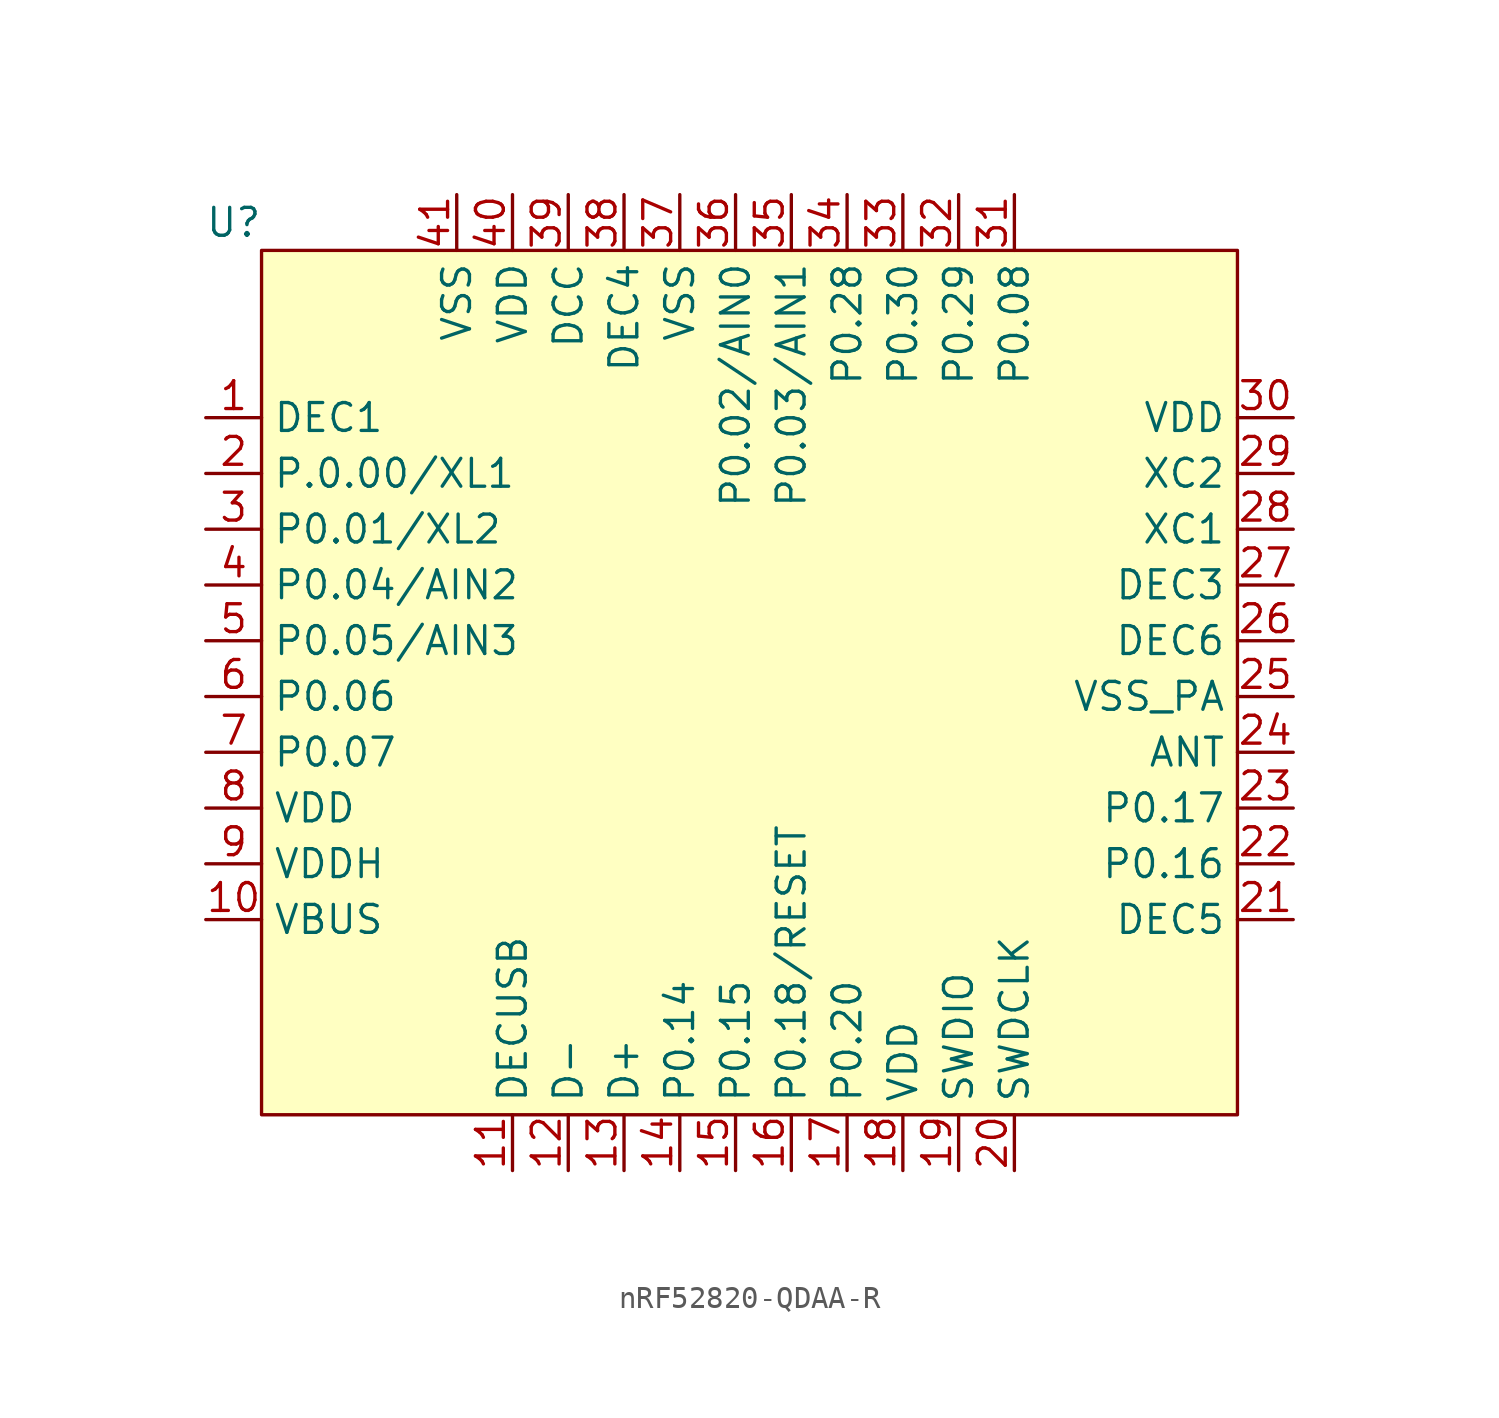
<source format=kicad_sym>
(kicad_symbol_lib
  (version 20241209)
  (generator "kicad_symbol_editor")
  (generator_version "9.0")
  (symbol "nRF52820-QDAA-R"
    (property "Reference" "U"
      (at -1.27 1.27 0)
      (effects (font (size 1.27 1.27))))
    (property "Value" ""
      (at 0 0 0)
      (effects (font (size 1.27 1.27))))
    (symbol "nRF52820-QDAA-R_1_1"
      (rectangle (start 0 0) (end 44.45 -39.37) (stroke (width 0) (type default)) (fill (type background)))
      (pin passive line (at -2.54 -7.62 0) (length 2.54) (name "DEC1" (effects (font (size 1.27 1.27)))) (number "1" (effects (font (size 1.27 1.27)))))
      (pin passive line (at -2.54 -10.16 0) (length 2.54) (name "P.0.00/XL1" (effects (font (size 1.27 1.27)))) (number "2" (effects (font (size 1.27 1.27)))))
      (pin passive line (at -2.54 -12.7 0) (length 2.54) (name "P0.01/XL2" (effects (font (size 1.27 1.27)))) (number "3" (effects (font (size 1.27 1.27)))))
      (pin passive line (at -2.54 -15.24 0) (length 2.54) (name "P0.04/AIN2" (effects (font (size 1.27 1.27)))) (number "4" (effects (font (size 1.27 1.27)))))
      (pin passive line (at -2.54 -17.78 0) (length 2.54) (name "P0.05/AIN3" (effects (font (size 1.27 1.27)))) (number "5" (effects (font (size 1.27 1.27)))))
      (pin passive line (at -2.54 -20.32 0) (length 2.54) (name "P0.06" (effects (font (size 1.27 1.27)))) (number "6" (effects (font (size 1.27 1.27)))))
      (pin passive line (at -2.54 -22.86 0) (length 2.54) (name "P0.07" (effects (font (size 1.27 1.27)))) (number "7" (effects (font (size 1.27 1.27)))))
      (pin passive line (at -2.54 -25.4 0) (length 2.54) (name "VDD" (effects (font (size 1.27 1.27)))) (number "8" (effects (font (size 1.27 1.27)))))
      (pin passive line (at -2.54 -27.94 0) (length 2.54) (name "VDDH" (effects (font (size 1.27 1.27)))) (number "9" (effects (font (size 1.27 1.27)))))
      (pin passive line (at -2.54 -30.48 0) (length 2.54) (name "VBUS" (effects (font (size 1.27 1.27)))) (number "10" (effects (font (size 1.27 1.27)))))
      (pin passive line (at 8.89 2.54 270) (length 2.54) (name "VSS" (effects (font (size 1.27 1.27)))) (number "41" (effects (font (size 1.27 1.27)))))
      (pin passive line (at 11.43 2.54 270) (length 2.54) (name "VDD" (effects (font (size 1.27 1.27)))) (number "40" (effects (font (size 1.27 1.27)))))
      (pin passive line (at 11.43 -41.91 90) (length 2.54) (name "DECUSB" (effects (font (size 1.27 1.27)))) (number "11" (effects (font (size 1.27 1.27)))))
      (pin passive line (at 13.97 2.54 270) (length 2.54) (name "DCC" (effects (font (size 1.27 1.27)))) (number "39" (effects (font (size 1.27 1.27)))))
      (pin passive line (at 13.97 -41.91 90) (length 2.54) (name "D-" (effects (font (size 1.27 1.27)))) (number "12" (effects (font (size 1.27 1.27)))))
      (pin passive line (at 16.51 2.54 270) (length 2.54) (name "DEC4" (effects (font (size 1.27 1.27)))) (number "38" (effects (font (size 1.27 1.27)))))
      (pin passive line (at 16.51 -41.91 90) (length 2.54) (name "D+" (effects (font (size 1.27 1.27)))) (number "13" (effects (font (size 1.27 1.27)))))
      (pin passive line (at 19.05 2.54 270) (length 2.54) (name "VSS" (effects (font (size 1.27 1.27)))) (number "37" (effects (font (size 1.27 1.27)))))
      (pin passive line (at 19.05 -41.91 90) (length 2.54) (name "P0.14" (effects (font (size 1.27 1.27)))) (number "14" (effects (font (size 1.27 1.27)))))
      (pin passive line (at 21.59 2.54 270) (length 2.54) (name "P0.02/AIN0" (effects (font (size 1.27 1.27)))) (number "36" (effects (font (size 1.27 1.27)))))
      (pin passive line (at 21.59 -41.91 90) (length 2.54) (name "P0.15" (effects (font (size 1.27 1.27)))) (number "15" (effects (font (size 1.27 1.27)))))
      (pin passive line (at 24.13 2.54 270) (length 2.54) (name "P0.03/AIN1" (effects (font (size 1.27 1.27)))) (number "35" (effects (font (size 1.27 1.27)))))
      (pin passive line (at 24.13 -41.91 90) (length 2.54) (name "P0.18/RESET" (effects (font (size 1.27 1.27)))) (number "16" (effects (font (size 1.27 1.27)))))
      (pin passive line (at 26.67 2.54 270) (length 2.54) (name "P0.28" (effects (font (size 1.27 1.27)))) (number "34" (effects (font (size 1.27 1.27)))))
      (pin passive line (at 26.67 -41.91 90) (length 2.54) (name "P0.20" (effects (font (size 1.27 1.27)))) (number "17" (effects (font (size 1.27 1.27)))))
      (pin passive line (at 29.21 2.54 270) (length 2.54) (name "P0.30" (effects (font (size 1.27 1.27)))) (number "33" (effects (font (size 1.27 1.27)))))
      (pin passive line (at 29.21 -41.91 90) (length 2.54) (name "VDD" (effects (font (size 1.27 1.27)))) (number "18" (effects (font (size 1.27 1.27)))))
      (pin passive line (at 31.75 2.54 270) (length 2.54) (name "P0.29" (effects (font (size 1.27 1.27)))) (number "32" (effects (font (size 1.27 1.27)))))
      (pin passive line (at 31.75 -41.91 90) (length 2.54) (name "SWDIO" (effects (font (size 1.27 1.27)))) (number "19" (effects (font (size 1.27 1.27)))))
      (pin passive line (at 34.29 2.54 270) (length 2.54) (name "P0.08" (effects (font (size 1.27 1.27)))) (number "31" (effects (font (size 1.27 1.27)))))
      (pin passive line (at 34.29 -41.91 90) (length 2.54) (name "SWDCLK" (effects (font (size 1.27 1.27)))) (number "20" (effects (font (size 1.27 1.27)))))
      (pin passive line (at 46.99 -7.62 180) (length 2.54) (name "VDD" (effects (font (size 1.27 1.27)))) (number "30" (effects (font (size 1.27 1.27)))))
      (pin passive line (at 46.99 -10.16 180) (length 2.54) (name "XC2" (effects (font (size 1.27 1.27)))) (number "29" (effects (font (size 1.27 1.27)))))
      (pin passive line (at 46.99 -12.7 180) (length 2.54) (name "XC1" (effects (font (size 1.27 1.27)))) (number "28" (effects (font (size 1.27 1.27)))))
      (pin passive line (at 46.99 -15.24 180) (length 2.54) (name "DEC3" (effects (font (size 1.27 1.27)))) (number "27" (effects (font (size 1.27 1.27)))))
      (pin passive line (at 46.99 -17.78 180) (length 2.54) (name "DEC6" (effects (font (size 1.27 1.27)))) (number "26" (effects (font (size 1.27 1.27)))))
      (pin passive line (at 46.99 -20.32 180) (length 2.54) (name "VSS_PA" (effects (font (size 1.27 1.27)))) (number "25" (effects (font (size 1.27 1.27)))))
      (pin passive line (at 46.99 -22.86 180) (length 2.54) (name "ANT" (effects (font (size 1.27 1.27)))) (number "24" (effects (font (size 1.27 1.27)))))
      (pin passive line (at 46.99 -25.4 180) (length 2.54) (name "P0.17" (effects (font (size 1.27 1.27)))) (number "23" (effects (font (size 1.27 1.27)))))
      (pin passive line (at 46.99 -27.94 180) (length 2.54) (name "P0.16" (effects (font (size 1.27 1.27)))) (number "22" (effects (font (size 1.27 1.27)))))
      (pin passive line (at 46.99 -30.48 180) (length 2.54) (name "DEC5" (effects (font (size 1.27 1.27)))) (number "21" (effects (font (size 1.27 1.27))))))))
</source>
